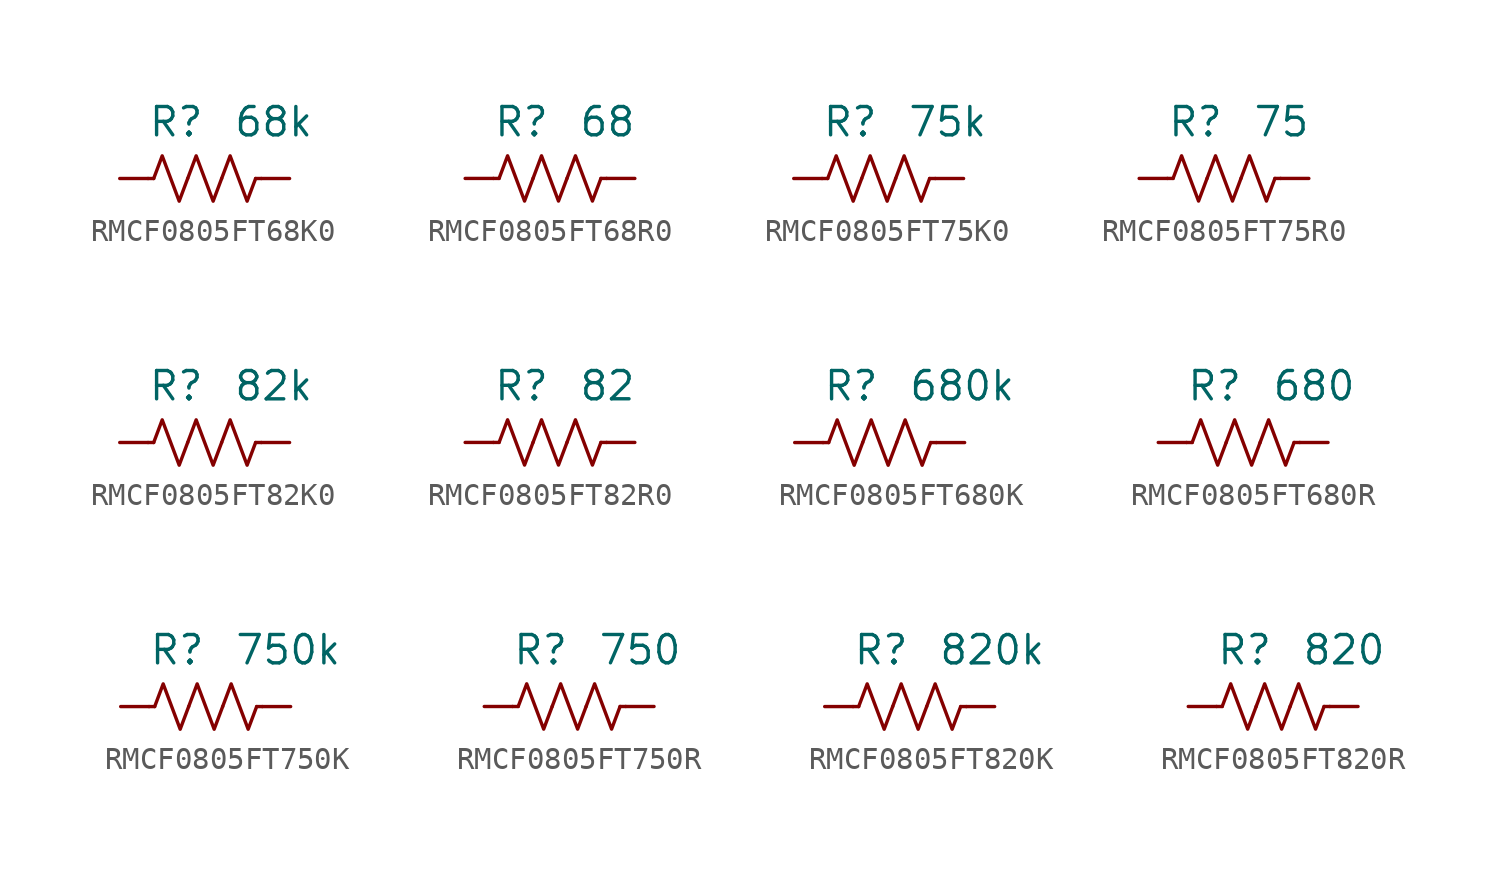
<source format=kicad_sym>
(kicad_symbol_lib
  (version 20241209)
  (generator "kicad_symbol_editor")
  (generator_version "9.0")
  (symbol "RMCF0805FT68K0"
    (pin_numbers
      (hide yes))
    (property "Reference" "R"
      (at 0 2.54 0)
      (effects (font (size 1.27 1.27)) (justify right)))
    (property "Value" "68k"
      (at 1.27 2.54 0)
      (effects (font (size 1.27 1.27)) (justify left)))
    (symbol "RMCF0805FT68K0_0_1"
      (polyline (pts (xy -2.286 0) (xy -2.54 0)) (stroke (width 0) (type default)) (fill (type none)))
      (polyline (pts (xy -2.286 0) (xy -1.905 1.016) (xy -1.524 0) (xy -1.143 -1.016) (xy -0.762 0)) (stroke (width 0) (type default)) (fill (type none)))
      (polyline (pts (xy -0.762 0) (xy -0.381 1.016) (xy 0 0) (xy 0.381 -1.016) (xy 0.762 0)) (stroke (width 0) (type default)) (fill (type none)))
      (polyline (pts (xy 0.762 0) (xy 1.143 1.016) (xy 1.524 0) (xy 1.905 -1.016) (xy 2.286 0)) (stroke (width 0) (type default)) (fill (type none)))
      (polyline (pts (xy 2.286 0) (xy 2.54 0)) (stroke (width 0) (type default)) (fill (type none))))
    (symbol "RMCF0805FT68K0_1_1"
      (pin passive line (at -3.81 0 0) (length 1.27) (name "~" (effects (font (size 1.27 1.27)))) (number "1" (effects (font (size 1.27 1.27)))))
      (pin passive line (at 3.81 0 180) (length 1.27) (name "~" (effects (font (size 1.27 1.27)))) (number "2" (effects (font (size 1.27 1.27)))))))
  (symbol "RMCF0805FT68R0"
    (pin_numbers
      (hide yes))
    (property "Reference" "R"
      (at 0 2.54 0)
      (effects (font (size 1.27 1.27)) (justify right)))
    (property "Value" "68"
      (at 1.27 2.54 0)
      (effects (font (size 1.27 1.27)) (justify left)))
    (symbol "RMCF0805FT68R0_0_1"
      (polyline (pts (xy -2.286 0) (xy -2.54 0)) (stroke (width 0) (type default)) (fill (type none)))
      (polyline (pts (xy -2.286 0) (xy -1.905 1.016) (xy -1.524 0) (xy -1.143 -1.016) (xy -0.762 0)) (stroke (width 0) (type default)) (fill (type none)))
      (polyline (pts (xy -0.762 0) (xy -0.381 1.016) (xy 0 0) (xy 0.381 -1.016) (xy 0.762 0)) (stroke (width 0) (type default)) (fill (type none)))
      (polyline (pts (xy 0.762 0) (xy 1.143 1.016) (xy 1.524 0) (xy 1.905 -1.016) (xy 2.286 0)) (stroke (width 0) (type default)) (fill (type none)))
      (polyline (pts (xy 2.286 0) (xy 2.54 0)) (stroke (width 0) (type default)) (fill (type none))))
    (symbol "RMCF0805FT68R0_1_1"
      (pin passive line (at -3.81 0 0) (length 1.27) (name "~" (effects (font (size 1.27 1.27)))) (number "1" (effects (font (size 1.27 1.27)))))
      (pin passive line (at 3.81 0 180) (length 1.27) (name "~" (effects (font (size 1.27 1.27)))) (number "2" (effects (font (size 1.27 1.27)))))))
  (symbol "RMCF0805FT75K0"
    (pin_numbers
      (hide yes))
    (property "Reference" "R"
      (at 0 2.54 0)
      (effects (font (size 1.27 1.27)) (justify right)))
    (property "Value" "75k"
      (at 1.27 2.54 0)
      (effects (font (size 1.27 1.27)) (justify left)))
    (symbol "RMCF0805FT75K0_0_1"
      (polyline (pts (xy -2.286 0) (xy -2.54 0)) (stroke (width 0) (type default)) (fill (type none)))
      (polyline (pts (xy -2.286 0) (xy -1.905 1.016) (xy -1.524 0) (xy -1.143 -1.016) (xy -0.762 0)) (stroke (width 0) (type default)) (fill (type none)))
      (polyline (pts (xy -0.762 0) (xy -0.381 1.016) (xy 0 0) (xy 0.381 -1.016) (xy 0.762 0)) (stroke (width 0) (type default)) (fill (type none)))
      (polyline (pts (xy 0.762 0) (xy 1.143 1.016) (xy 1.524 0) (xy 1.905 -1.016) (xy 2.286 0)) (stroke (width 0) (type default)) (fill (type none)))
      (polyline (pts (xy 2.286 0) (xy 2.54 0)) (stroke (width 0) (type default)) (fill (type none))))
    (symbol "RMCF0805FT75K0_1_1"
      (pin passive line (at -3.81 0 0) (length 1.27) (name "~" (effects (font (size 1.27 1.27)))) (number "1" (effects (font (size 1.27 1.27)))))
      (pin passive line (at 3.81 0 180) (length 1.27) (name "~" (effects (font (size 1.27 1.27)))) (number "2" (effects (font (size 1.27 1.27)))))))
  (symbol "RMCF0805FT75R0"
    (pin_numbers
      (hide yes))
    (property "Reference" "R"
      (at 0 2.54 0)
      (effects (font (size 1.27 1.27)) (justify right)))
    (property "Value" "75"
      (at 1.27 2.54 0)
      (effects (font (size 1.27 1.27)) (justify left)))
    (symbol "RMCF0805FT75R0_0_1"
      (polyline (pts (xy -2.286 0) (xy -2.54 0)) (stroke (width 0) (type default)) (fill (type none)))
      (polyline (pts (xy -2.286 0) (xy -1.905 1.016) (xy -1.524 0) (xy -1.143 -1.016) (xy -0.762 0)) (stroke (width 0) (type default)) (fill (type none)))
      (polyline (pts (xy -0.762 0) (xy -0.381 1.016) (xy 0 0) (xy 0.381 -1.016) (xy 0.762 0)) (stroke (width 0) (type default)) (fill (type none)))
      (polyline (pts (xy 0.762 0) (xy 1.143 1.016) (xy 1.524 0) (xy 1.905 -1.016) (xy 2.286 0)) (stroke (width 0) (type default)) (fill (type none)))
      (polyline (pts (xy 2.286 0) (xy 2.54 0)) (stroke (width 0) (type default)) (fill (type none))))
    (symbol "RMCF0805FT75R0_1_1"
      (pin passive line (at -3.81 0 0) (length 1.27) (name "~" (effects (font (size 1.27 1.27)))) (number "1" (effects (font (size 1.27 1.27)))))
      (pin passive line (at 3.81 0 180) (length 1.27) (name "~" (effects (font (size 1.27 1.27)))) (number "2" (effects (font (size 1.27 1.27)))))))
  (symbol "RMCF0805FT82K0"
    (pin_numbers
      (hide yes))
    (property "Reference" "R"
      (at 0 2.54 0)
      (effects (font (size 1.27 1.27)) (justify right)))
    (property "Value" "82k"
      (at 1.27 2.54 0)
      (effects (font (size 1.27 1.27)) (justify left)))
    (symbol "RMCF0805FT82K0_0_1"
      (polyline (pts (xy -2.286 0) (xy -2.54 0)) (stroke (width 0) (type default)) (fill (type none)))
      (polyline (pts (xy -2.286 0) (xy -1.905 1.016) (xy -1.524 0) (xy -1.143 -1.016) (xy -0.762 0)) (stroke (width 0) (type default)) (fill (type none)))
      (polyline (pts (xy -0.762 0) (xy -0.381 1.016) (xy 0 0) (xy 0.381 -1.016) (xy 0.762 0)) (stroke (width 0) (type default)) (fill (type none)))
      (polyline (pts (xy 0.762 0) (xy 1.143 1.016) (xy 1.524 0) (xy 1.905 -1.016) (xy 2.286 0)) (stroke (width 0) (type default)) (fill (type none)))
      (polyline (pts (xy 2.286 0) (xy 2.54 0)) (stroke (width 0) (type default)) (fill (type none))))
    (symbol "RMCF0805FT82K0_1_1"
      (pin passive line (at -3.81 0 0) (length 1.27) (name "~" (effects (font (size 1.27 1.27)))) (number "1" (effects (font (size 1.27 1.27)))))
      (pin passive line (at 3.81 0 180) (length 1.27) (name "~" (effects (font (size 1.27 1.27)))) (number "2" (effects (font (size 1.27 1.27)))))))
  (symbol "RMCF0805FT82R0"
    (pin_numbers
      (hide yes))
    (property "Reference" "R"
      (at 0 2.54 0)
      (effects (font (size 1.27 1.27)) (justify right)))
    (property "Value" "82"
      (at 1.27 2.54 0)
      (effects (font (size 1.27 1.27)) (justify left)))
    (symbol "RMCF0805FT82R0_0_1"
      (polyline (pts (xy -2.286 0) (xy -2.54 0)) (stroke (width 0) (type default)) (fill (type none)))
      (polyline (pts (xy -2.286 0) (xy -1.905 1.016) (xy -1.524 0) (xy -1.143 -1.016) (xy -0.762 0)) (stroke (width 0) (type default)) (fill (type none)))
      (polyline (pts (xy -0.762 0) (xy -0.381 1.016) (xy 0 0) (xy 0.381 -1.016) (xy 0.762 0)) (stroke (width 0) (type default)) (fill (type none)))
      (polyline (pts (xy 0.762 0) (xy 1.143 1.016) (xy 1.524 0) (xy 1.905 -1.016) (xy 2.286 0)) (stroke (width 0) (type default)) (fill (type none)))
      (polyline (pts (xy 2.286 0) (xy 2.54 0)) (stroke (width 0) (type default)) (fill (type none))))
    (symbol "RMCF0805FT82R0_1_1"
      (pin passive line (at -3.81 0 0) (length 1.27) (name "~" (effects (font (size 1.27 1.27)))) (number "1" (effects (font (size 1.27 1.27)))))
      (pin passive line (at 3.81 0 180) (length 1.27) (name "~" (effects (font (size 1.27 1.27)))) (number "2" (effects (font (size 1.27 1.27)))))))
  (symbol "RMCF0805FT680K"
    (pin_numbers
      (hide yes))
    (property "Reference" "R"
      (at 0 2.54 0)
      (effects (font (size 1.27 1.27)) (justify right)))
    (property "Value" "680k"
      (at 1.27 2.54 0)
      (effects (font (size 1.27 1.27)) (justify left)))
    (symbol "RMCF0805FT680K_0_1"
      (polyline (pts (xy -2.286 0) (xy -2.54 0)) (stroke (width 0) (type default)) (fill (type none)))
      (polyline (pts (xy -2.286 0) (xy -1.905 1.016) (xy -1.524 0) (xy -1.143 -1.016) (xy -0.762 0)) (stroke (width 0) (type default)) (fill (type none)))
      (polyline (pts (xy -0.762 0) (xy -0.381 1.016) (xy 0 0) (xy 0.381 -1.016) (xy 0.762 0)) (stroke (width 0) (type default)) (fill (type none)))
      (polyline (pts (xy 0.762 0) (xy 1.143 1.016) (xy 1.524 0) (xy 1.905 -1.016) (xy 2.286 0)) (stroke (width 0) (type default)) (fill (type none)))
      (polyline (pts (xy 2.286 0) (xy 2.54 0)) (stroke (width 0) (type default)) (fill (type none))))
    (symbol "RMCF0805FT680K_1_1"
      (pin passive line (at -3.81 0 0) (length 1.27) (name "~" (effects (font (size 1.27 1.27)))) (number "1" (effects (font (size 1.27 1.27)))))
      (pin passive line (at 3.81 0 180) (length 1.27) (name "~" (effects (font (size 1.27 1.27)))) (number "2" (effects (font (size 1.27 1.27)))))))
  (symbol "RMCF0805FT680R"
    (pin_numbers
      (hide yes))
    (property "Reference" "R"
      (at 0 2.54 0)
      (effects (font (size 1.27 1.27)) (justify right)))
    (property "Value" "680"
      (at 1.27 2.54 0)
      (effects (font (size 1.27 1.27)) (justify left)))
    (symbol "RMCF0805FT680R_0_1"
      (polyline (pts (xy -2.286 0) (xy -2.54 0)) (stroke (width 0) (type default)) (fill (type none)))
      (polyline (pts (xy -2.286 0) (xy -1.905 1.016) (xy -1.524 0) (xy -1.143 -1.016) (xy -0.762 0)) (stroke (width 0) (type default)) (fill (type none)))
      (polyline (pts (xy -0.762 0) (xy -0.381 1.016) (xy 0 0) (xy 0.381 -1.016) (xy 0.762 0)) (stroke (width 0) (type default)) (fill (type none)))
      (polyline (pts (xy 0.762 0) (xy 1.143 1.016) (xy 1.524 0) (xy 1.905 -1.016) (xy 2.286 0)) (stroke (width 0) (type default)) (fill (type none)))
      (polyline (pts (xy 2.286 0) (xy 2.54 0)) (stroke (width 0) (type default)) (fill (type none))))
    (symbol "RMCF0805FT680R_1_1"
      (pin passive line (at -3.81 0 0) (length 1.27) (name "~" (effects (font (size 1.27 1.27)))) (number "1" (effects (font (size 1.27 1.27)))))
      (pin passive line (at 3.81 0 180) (length 1.27) (name "~" (effects (font (size 1.27 1.27)))) (number "2" (effects (font (size 1.27 1.27)))))))
  (symbol "RMCF0805FT750K"
    (pin_numbers
      (hide yes))
    (property "Reference" "R"
      (at 0 2.54 0)
      (effects (font (size 1.27 1.27)) (justify right)))
    (property "Value" "750k"
      (at 1.27 2.54 0)
      (effects (font (size 1.27 1.27)) (justify left)))
    (symbol "RMCF0805FT750K_0_1"
      (polyline (pts (xy -2.286 0) (xy -2.54 0)) (stroke (width 0) (type default)) (fill (type none)))
      (polyline (pts (xy -2.286 0) (xy -1.905 1.016) (xy -1.524 0) (xy -1.143 -1.016) (xy -0.762 0)) (stroke (width 0) (type default)) (fill (type none)))
      (polyline (pts (xy -0.762 0) (xy -0.381 1.016) (xy 0 0) (xy 0.381 -1.016) (xy 0.762 0)) (stroke (width 0) (type default)) (fill (type none)))
      (polyline (pts (xy 0.762 0) (xy 1.143 1.016) (xy 1.524 0) (xy 1.905 -1.016) (xy 2.286 0)) (stroke (width 0) (type default)) (fill (type none)))
      (polyline (pts (xy 2.286 0) (xy 2.54 0)) (stroke (width 0) (type default)) (fill (type none))))
    (symbol "RMCF0805FT750K_1_1"
      (pin passive line (at -3.81 0 0) (length 1.27) (name "~" (effects (font (size 1.27 1.27)))) (number "1" (effects (font (size 1.27 1.27)))))
      (pin passive line (at 3.81 0 180) (length 1.27) (name "~" (effects (font (size 1.27 1.27)))) (number "2" (effects (font (size 1.27 1.27)))))))
  (symbol "RMCF0805FT750R"
    (pin_numbers
      (hide yes))
    (property "Reference" "R"
      (at 0 2.54 0)
      (effects (font (size 1.27 1.27)) (justify right)))
    (property "Value" "750"
      (at 1.27 2.54 0)
      (effects (font (size 1.27 1.27)) (justify left)))
    (symbol "RMCF0805FT750R_0_1"
      (polyline (pts (xy -2.286 0) (xy -2.54 0)) (stroke (width 0) (type default)) (fill (type none)))
      (polyline (pts (xy -2.286 0) (xy -1.905 1.016) (xy -1.524 0) (xy -1.143 -1.016) (xy -0.762 0)) (stroke (width 0) (type default)) (fill (type none)))
      (polyline (pts (xy -0.762 0) (xy -0.381 1.016) (xy 0 0) (xy 0.381 -1.016) (xy 0.762 0)) (stroke (width 0) (type default)) (fill (type none)))
      (polyline (pts (xy 0.762 0) (xy 1.143 1.016) (xy 1.524 0) (xy 1.905 -1.016) (xy 2.286 0)) (stroke (width 0) (type default)) (fill (type none)))
      (polyline (pts (xy 2.286 0) (xy 2.54 0)) (stroke (width 0) (type default)) (fill (type none))))
    (symbol "RMCF0805FT750R_1_1"
      (pin passive line (at -3.81 0 0) (length 1.27) (name "~" (effects (font (size 1.27 1.27)))) (number "1" (effects (font (size 1.27 1.27)))))
      (pin passive line (at 3.81 0 180) (length 1.27) (name "~" (effects (font (size 1.27 1.27)))) (number "2" (effects (font (size 1.27 1.27)))))))
  (symbol "RMCF0805FT820K"
    (pin_numbers
      (hide yes))
    (property "Reference" "R"
      (at 0 2.54 0)
      (effects (font (size 1.27 1.27)) (justify right)))
    (property "Value" "820k"
      (at 1.27 2.54 0)
      (effects (font (size 1.27 1.27)) (justify left)))
    (symbol "RMCF0805FT820K_0_1"
      (polyline (pts (xy -2.286 0) (xy -2.54 0)) (stroke (width 0) (type default)) (fill (type none)))
      (polyline (pts (xy -2.286 0) (xy -1.905 1.016) (xy -1.524 0) (xy -1.143 -1.016) (xy -0.762 0)) (stroke (width 0) (type default)) (fill (type none)))
      (polyline (pts (xy -0.762 0) (xy -0.381 1.016) (xy 0 0) (xy 0.381 -1.016) (xy 0.762 0)) (stroke (width 0) (type default)) (fill (type none)))
      (polyline (pts (xy 0.762 0) (xy 1.143 1.016) (xy 1.524 0) (xy 1.905 -1.016) (xy 2.286 0)) (stroke (width 0) (type default)) (fill (type none)))
      (polyline (pts (xy 2.286 0) (xy 2.54 0)) (stroke (width 0) (type default)) (fill (type none))))
    (symbol "RMCF0805FT820K_1_1"
      (pin passive line (at -3.81 0 0) (length 1.27) (name "~" (effects (font (size 1.27 1.27)))) (number "1" (effects (font (size 1.27 1.27)))))
      (pin passive line (at 3.81 0 180) (length 1.27) (name "~" (effects (font (size 1.27 1.27)))) (number "2" (effects (font (size 1.27 1.27)))))))
  (symbol "RMCF0805FT820R"
    (pin_numbers
      (hide yes))
    (property "Reference" "R"
      (at 0 2.54 0)
      (effects (font (size 1.27 1.27)) (justify right)))
    (property "Value" "820"
      (at 1.27 2.54 0)
      (effects (font (size 1.27 1.27)) (justify left)))
    (symbol "RMCF0805FT820R_0_1"
      (polyline (pts (xy -2.286 0) (xy -2.54 0)) (stroke (width 0) (type default)) (fill (type none)))
      (polyline (pts (xy -2.286 0) (xy -1.905 1.016) (xy -1.524 0) (xy -1.143 -1.016) (xy -0.762 0)) (stroke (width 0) (type default)) (fill (type none)))
      (polyline (pts (xy -0.762 0) (xy -0.381 1.016) (xy 0 0) (xy 0.381 -1.016) (xy 0.762 0)) (stroke (width 0) (type default)) (fill (type none)))
      (polyline (pts (xy 0.762 0) (xy 1.143 1.016) (xy 1.524 0) (xy 1.905 -1.016) (xy 2.286 0)) (stroke (width 0) (type default)) (fill (type none)))
      (polyline (pts (xy 2.286 0) (xy 2.54 0)) (stroke (width 0) (type default)) (fill (type none))))
    (symbol "RMCF0805FT820R_1_1"
      (pin passive line (at -3.81 0 0) (length 1.27) (name "~" (effects (font (size 1.27 1.27)))) (number "1" (effects (font (size 1.27 1.27)))))
      (pin passive line (at 3.81 0 180) (length 1.27) (name "~" (effects (font (size 1.27 1.27)))) (number "2" (effects (font (size 1.27 1.27))))))))
</source>
